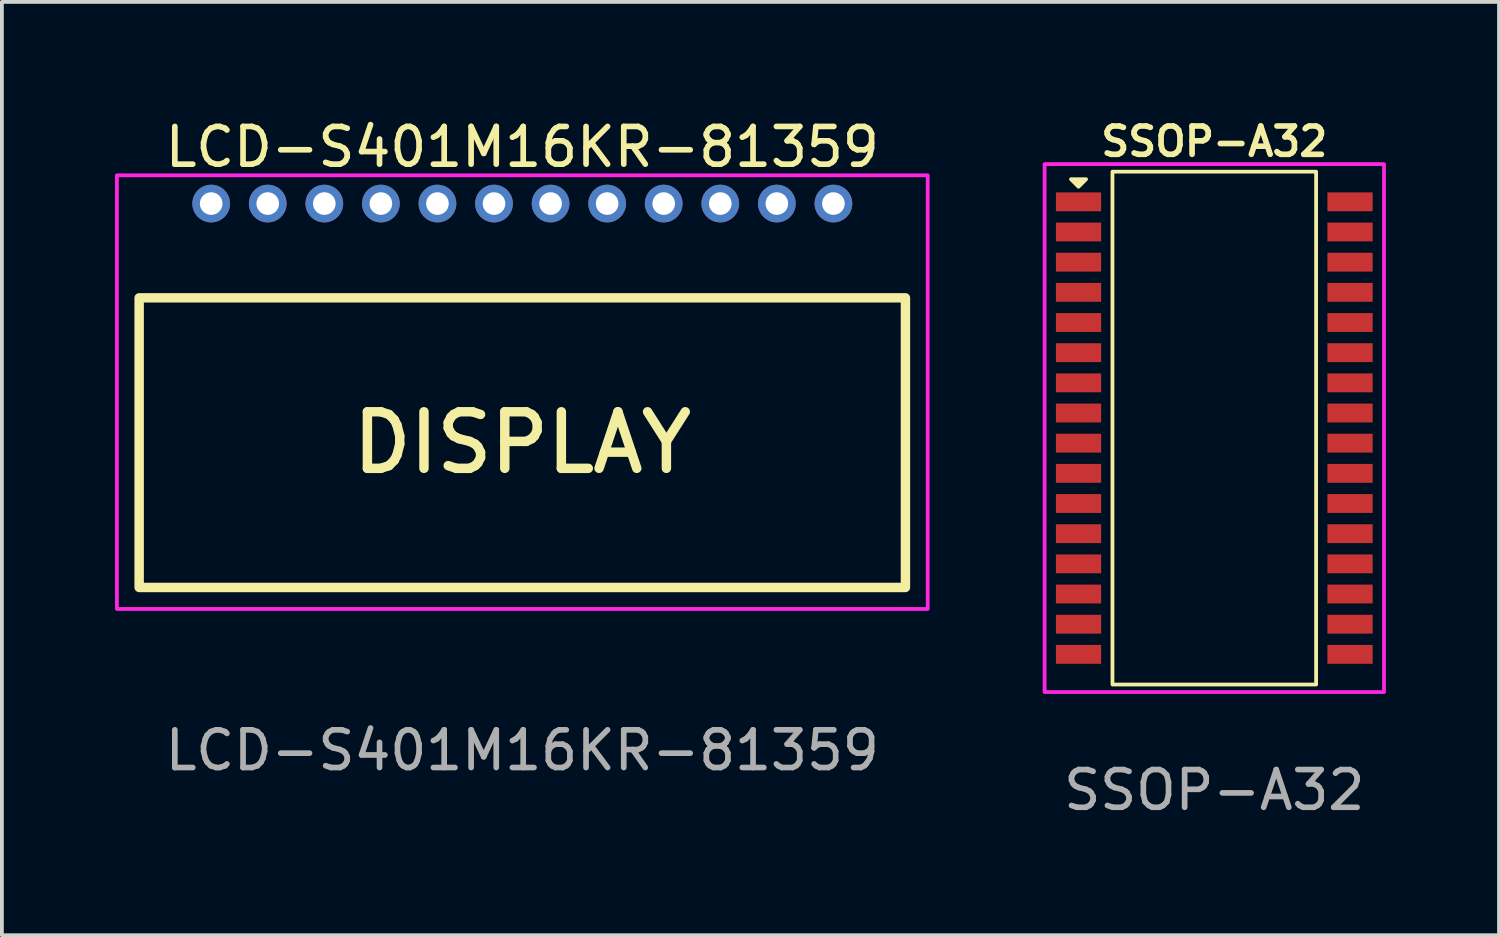
<source format=kicad_pcb>
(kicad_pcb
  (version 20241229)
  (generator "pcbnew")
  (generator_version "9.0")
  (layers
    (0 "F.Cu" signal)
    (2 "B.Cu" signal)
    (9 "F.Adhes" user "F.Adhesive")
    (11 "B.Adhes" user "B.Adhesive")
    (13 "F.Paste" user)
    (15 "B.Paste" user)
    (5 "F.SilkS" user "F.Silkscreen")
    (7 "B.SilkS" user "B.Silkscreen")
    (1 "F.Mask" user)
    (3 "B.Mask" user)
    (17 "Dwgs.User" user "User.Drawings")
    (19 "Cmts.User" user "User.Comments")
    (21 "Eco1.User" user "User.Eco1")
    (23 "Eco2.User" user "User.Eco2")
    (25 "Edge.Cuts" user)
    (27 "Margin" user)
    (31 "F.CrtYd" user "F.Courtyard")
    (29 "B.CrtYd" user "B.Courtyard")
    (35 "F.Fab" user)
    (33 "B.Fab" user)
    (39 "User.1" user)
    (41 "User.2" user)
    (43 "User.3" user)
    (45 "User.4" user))
  (footprint "LCD-S401M16KR-81359"
    (layer "F.Cu")
    (at 10.8 6.598)
    (property "Reference" "LCD-S401M16KR-81359" (at 0 -5.75 0) (unlocked yes) (layer "F.SilkS") (effects (font (size 1 1) (thickness 0.15))))
    (attr smd)
    (fp_rect (start -10.16 -1.75) (end 10.16 5.93) (stroke (width 0.25) (type solid)) (fill no) (layer "F.SilkS"))
    (fp_rect (start -10.75 -5) (end 10.75 6.5) (stroke (width 0.1) (type default)) (fill no) (layer "F.CrtYd"))
    (fp_text user "DISPLAY" (at 0 2.09 0) (unlocked yes) (layer "F.SilkS") (effects (font (size 1.5 1.5) (thickness 0.25) (bold yes))))
    (fp_text user "${REFERENCE}" (at 0 10.25 0) (unlocked yes) (layer "F.Fab") (effects (font (size 1 1) (thickness 0.15))))
    (pad "1" thru_hole circle (at -8.25 -4.25) (size 1 1) (drill 0.6) (layers "*.Cu" "F.Mask" "F.Paste"))
    (pad "2" thru_hole circle (at -6.75 -4.25) (size 1 1) (drill 0.6) (layers "*.Cu" "F.Mask" "F.Paste"))
    (pad "3" thru_hole circle (at -5.25 -4.25) (size 1 1) (drill 0.6) (layers "*.Cu" "F.Mask" "F.Paste"))
    (pad "4" thru_hole circle (at -3.75 -4.25) (size 1 1) (drill 0.6) (layers "*.Cu" "F.Mask" "F.Paste"))
    (pad "5" thru_hole circle (at -2.25 -4.25) (size 1 1) (drill 0.6) (layers "*.Cu" "F.Mask" "F.Paste"))
    (pad "6" thru_hole circle (at -0.75 -4.25) (size 1 1) (drill 0.6) (layers "*.Cu" "F.Mask" "F.Paste"))
    (pad "7" thru_hole circle (at 0.75 -4.25) (size 1 1) (drill 0.6) (layers "*.Cu" "F.Mask" "F.Paste"))
    (pad "8" thru_hole circle (at 2.25 -4.25) (size 1 1) (drill 0.6) (layers "*.Cu" "F.Mask" "F.Paste"))
    (pad "9" thru_hole circle (at 3.75 -4.25) (size 1 1) (drill 0.6) (layers "*.Cu" "F.Mask" "F.Paste"))
    (pad "10" thru_hole circle (at 5.25 -4.25) (size 1 1) (drill 0.6) (layers "*.Cu" "F.Mask" "F.Paste"))
    (pad "11" thru_hole circle (at 6.75 -4.25) (size 1 1) (drill 0.6) (layers "*.Cu" "F.Mask" "F.Paste"))
    (pad "12" thru_hole circle (at 8.25 -4.25) (size 1 1) (drill 0.6) (layers "*.Cu" "F.Mask" "F.Paste")))
  (footprint "SSOP-A32"
    (layer "F.Cu")
    (at 29.15 8.302)
    (property "Reference" "SSOP-A32" (at 0 -7.6 0) (unlocked yes) (layer "F.SilkS") (effects (font (size 0.75 0.75) (thickness 0.15) (bold yes))))
    (attr smd)
    (fp_rect (start -2.7 -6.8) (end 2.7 6.8) (stroke (width 0.1) (type default)) (fill no) (layer "F.SilkS"))
    (fp_poly (pts (xy -3.6 -6.4) (xy -3.8 -6.6) (xy -3.4 -6.6)) (stroke (width 0.1) (type solid)) (fill yes) (layer "F.SilkS"))
    (fp_rect (start -4.5 -7) (end 4.5 7) (stroke (width 0.1) (type default)) (fill no) (layer "F.CrtYd"))
    (fp_text user "${REFERENCE}" (at 0 9.6 0) (unlocked yes) (layer "F.Fab") (effects (font (size 1 1) (thickness 0.15))))
    (pad "1" smd rect (at -3.6 -6) (size 1.2 0.5) (layers "F.Cu" "F.Mask" "F.Paste"))
    (pad "2" smd rect (at -3.6 -5.2) (size 1.2 0.5) (layers "F.Cu" "F.Mask" "F.Paste"))
    (pad "3" smd rect (at -3.6 -4.4) (size 1.2 0.5) (layers "F.Cu" "F.Mask" "F.Paste"))
    (pad "4" smd rect (at -3.6 -3.6) (size 1.2 0.5) (layers "F.Cu" "F.Mask" "F.Paste"))
    (pad "5" smd rect (at -3.6 -2.8) (size 1.2 0.5) (layers "F.Cu" "F.Mask" "F.Paste"))
    (pad "6" smd rect (at -3.6 -2) (size 1.2 0.5) (layers "F.Cu" "F.Mask" "F.Paste"))
    (pad "7" smd rect (at -3.6 -1.2) (size 1.2 0.5) (layers "F.Cu" "F.Mask" "F.Paste"))
    (pad "8" smd rect (at -3.6 -0.4) (size 1.2 0.5) (layers "F.Cu" "F.Mask" "F.Paste"))
    (pad "9" smd rect (at -3.6 0.4) (size 1.2 0.5) (layers "F.Cu" "F.Mask" "F.Paste"))
    (pad "10" smd rect (at -3.6 1.2) (size 1.2 0.5) (layers "F.Cu" "F.Mask" "F.Paste"))
    (pad "11" smd rect (at -3.6 2) (size 1.2 0.5) (layers "F.Cu" "F.Mask" "F.Paste"))
    (pad "12" smd rect (at -3.6 2.8) (size 1.2 0.5) (layers "F.Cu" "F.Mask" "F.Paste"))
    (pad "13" smd rect (at -3.6 3.6) (size 1.2 0.5) (layers "F.Cu" "F.Mask" "F.Paste"))
    (pad "14" smd rect (at -3.6 4.4) (size 1.2 0.5) (layers "F.Cu" "F.Mask" "F.Paste"))
    (pad "15" smd rect (at -3.6 5.2) (size 1.2 0.5) (layers "F.Cu" "F.Mask" "F.Paste"))
    (pad "16" smd rect (at -3.6 6) (size 1.2 0.5) (layers "F.Cu" "F.Mask" "F.Paste"))
    (pad "17" smd rect (at 3.6 6) (size 1.2 0.5) (layers "F.Cu" "F.Mask" "F.Paste"))
    (pad "18" smd rect (at 3.6 5.2) (size 1.2 0.5) (layers "F.Cu" "F.Mask" "F.Paste"))
    (pad "19" smd rect (at 3.6 4.4) (size 1.2 0.5) (layers "F.Cu" "F.Mask" "F.Paste"))
    (pad "20" smd rect (at 3.6 3.6) (size 1.2 0.5) (layers "F.Cu" "F.Mask" "F.Paste"))
    (pad "21" smd rect (at 3.6 2.8) (size 1.2 0.5) (layers "F.Cu" "F.Mask" "F.Paste"))
    (pad "22" smd rect (at 3.6 2) (size 1.2 0.5) (layers "F.Cu" "F.Mask" "F.Paste"))
    (pad "23" smd rect (at 3.6 1.2) (size 1.2 0.5) (layers "F.Cu" "F.Mask" "F.Paste"))
    (pad "24" smd rect (at 3.6 0.4) (size 1.2 0.5) (layers "F.Cu" "F.Mask" "F.Paste"))
    (pad "25" smd rect (at 3.6 -0.4) (size 1.2 0.5) (layers "F.Cu" "F.Mask" "F.Paste"))
    (pad "26" smd rect (at 3.6 -1.2) (size 1.2 0.5) (layers "F.Cu" "F.Mask" "F.Paste"))
    (pad "27" smd rect (at 3.6 -2) (size 1.2 0.5) (layers "F.Cu" "F.Mask" "F.Paste"))
    (pad "28" smd rect (at 3.6 -2.8) (size 1.2 0.5) (layers "F.Cu" "F.Mask" "F.Paste"))
    (pad "29" smd rect (at 3.6 -3.6) (size 1.2 0.5) (layers "F.Cu" "F.Mask" "F.Paste"))
    (pad "30" smd rect (at 3.6 -4.4) (size 1.2 0.5) (layers "F.Cu" "F.Mask" "F.Paste"))
    (pad "31" smd rect (at 3.6 -5.2) (size 1.2 0.5) (layers "F.Cu" "F.Mask" "F.Paste"))
    (pad "32" smd rect (at 3.6 -6) (size 1.2 0.5) (layers "F.Cu" "F.Mask" "F.Paste")))
  (gr_rect
    (start -3 -3)
    (end 36.7 21.75)
    (stroke (width 0.1) (type default))
    (fill no)
    (layer "Edge.Cuts")))
</source>
